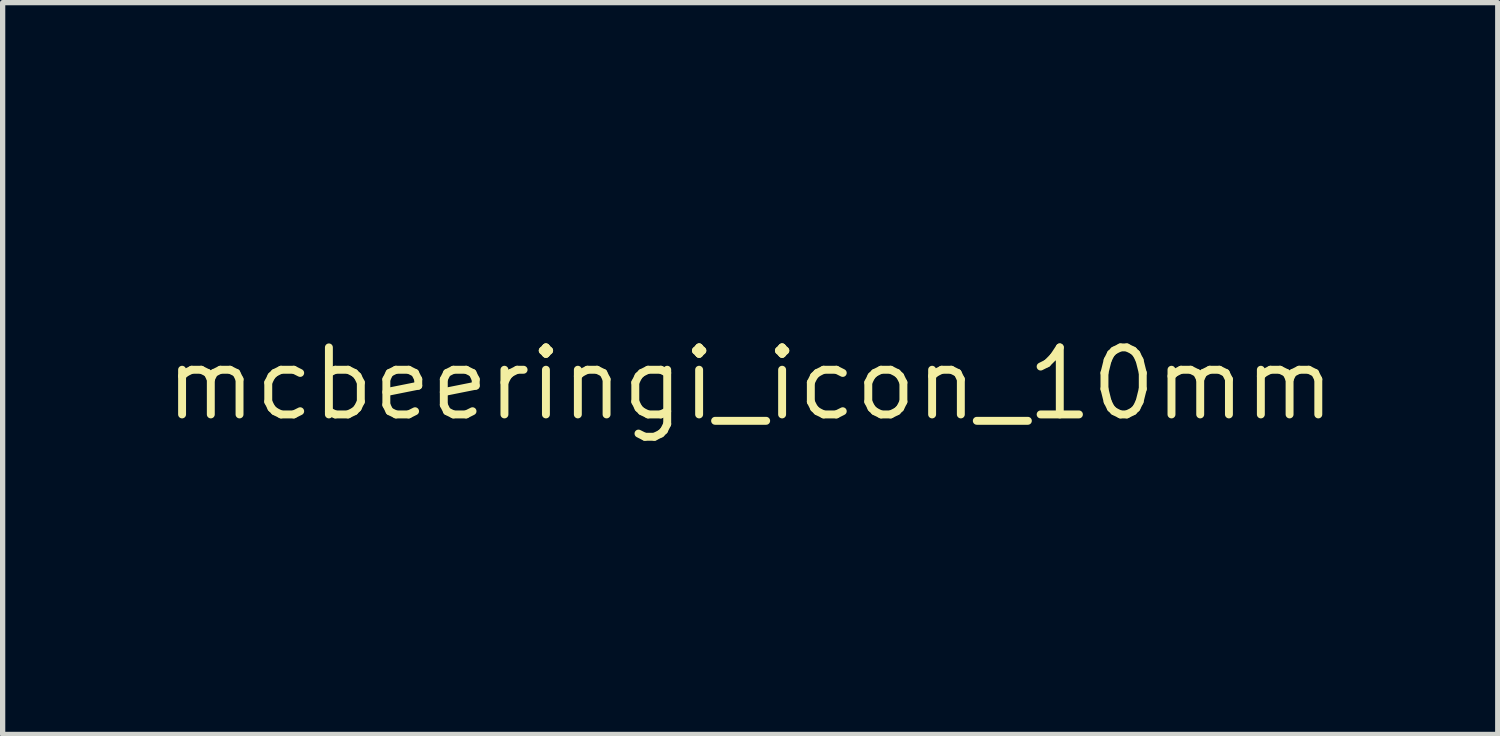
<source format=kicad_pcb>
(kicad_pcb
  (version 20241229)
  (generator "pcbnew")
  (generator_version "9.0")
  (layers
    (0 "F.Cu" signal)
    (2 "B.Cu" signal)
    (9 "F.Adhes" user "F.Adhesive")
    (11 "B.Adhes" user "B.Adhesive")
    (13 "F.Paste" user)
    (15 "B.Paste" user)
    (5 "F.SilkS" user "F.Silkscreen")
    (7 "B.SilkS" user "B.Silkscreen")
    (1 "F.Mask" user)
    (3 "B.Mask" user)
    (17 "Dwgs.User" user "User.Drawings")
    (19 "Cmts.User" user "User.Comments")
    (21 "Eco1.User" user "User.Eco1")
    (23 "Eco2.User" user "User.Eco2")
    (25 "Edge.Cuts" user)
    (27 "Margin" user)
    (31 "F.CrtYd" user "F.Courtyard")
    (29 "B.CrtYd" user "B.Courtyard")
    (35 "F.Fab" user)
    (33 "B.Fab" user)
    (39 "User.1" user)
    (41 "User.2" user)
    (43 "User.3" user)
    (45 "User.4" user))
  (footprint "mcbeeringi_icon_10mm"
    (layer "F.Cu")
    (at 11.165 4.223)
    (property "Reference" "mcbeeringi_icon_10mm" (at 0 0 0) (layer "F.SilkS") (effects (font (size 1.27 1.27) (thickness 0.15))))
    (attr board_only exclude_from_pos_files exclude_from_bom)
    (fp_poly (pts (xy 1.291 1.026) (xy 1.307 1.039) (xy 1.323 1.063) (xy 1.327 1.092) (xy 1.318 1.13) (xy 1.304 1.165) (xy 1.281 1.234) (xy 1.268 1.317) (xy 1.264 1.414) (xy 1.27 1.522) (xy 1.285 1.639) (xy 1.3 1.716) (xy 1.313 1.78) (xy 1.322 1.828) (xy 1.326 1.863) (xy 1.326 1.888) (xy 1.322 1.906) (xy 1.314 1.92) (xy 1.306 1.929) (xy 1.273 1.95) (xy 1.238 1.952) (xy 1.204 1.936) (xy 1.198 1.932) (xy 1.183 1.913) (xy 1.171 1.884) (xy 1.158 1.841) (xy 1.154 1.822) (xy 1.129 1.698) (xy 1.113 1.578) (xy 1.104 1.465) (xy 1.103 1.36) (xy 1.109 1.265) (xy 1.124 1.183) (xy 1.146 1.114) (xy 1.175 1.06) (xy 1.189 1.043) (xy 1.221 1.021) (xy 1.257 1.015)) (stroke (width 0) (type solid)) (fill yes) (layer "F.Mask"))
    (fp_poly (pts (xy 2.668 -1.398) (xy 2.675 -1.376) (xy 2.678 -1.345) (xy 2.677 -1.312) (xy 2.671 -1.282) (xy 2.663 -1.265) (xy 2.628 -1.227) (xy 2.574 -1.193) (xy 2.504 -1.163) (xy 2.418 -1.138) (xy 2.318 -1.118) (xy 2.317 -1.118) (xy 2.282 -1.113) (xy 2.237 -1.109) (xy 2.185 -1.105) (xy 2.131 -1.102) (xy 2.075 -1.1) (xy 2.022 -1.098) (xy 1.973 -1.097) (xy 1.933 -1.097) (xy 1.905 -1.098) (xy 1.89 -1.1) (xy 1.89 -1.103) (xy 1.908 -1.11) (xy 1.941 -1.124) (xy 1.986 -1.142) (xy 2.041 -1.164) (xy 2.104 -1.19) (xy 2.173 -1.217) (xy 2.244 -1.246) (xy 2.317 -1.274) (xy 2.388 -1.302) (xy 2.456 -1.329) (xy 2.517 -1.353) (xy 2.57 -1.374) (xy 2.613 -1.39) (xy 2.642 -1.402) (xy 2.656 -1.407) (xy 2.657 -1.407)) (stroke (width 0) (type solid)) (fill yes) (layer "F.Mask"))
    (fp_poly (pts (xy 2.209 -1.546) (xy 2.227 -1.516) (xy 2.235 -1.478) (xy 2.236 -1.446) (xy 2.231 -1.425) (xy 2.215 -1.402) (xy 2.208 -1.393) (xy 2.165 -1.356) (xy 2.104 -1.322) (xy 2.027 -1.29) (xy 1.936 -1.262) (xy 1.833 -1.238) (xy 1.719 -1.218) (xy 1.595 -1.203) (xy 1.465 -1.193) (xy 1.349 -1.188) (xy 1.292 -1.187) (xy 1.238 -1.187) (xy 1.191 -1.187) (xy 1.157 -1.188) (xy 1.148 -1.189) (xy 1.088 -1.193) (xy 1.027 -1.2) (xy 0.967 -1.208) (xy 0.912 -1.216) (xy 0.863 -1.225) (xy 0.824 -1.234) (xy 0.797 -1.242) (xy 0.785 -1.249) (xy 0.787 -1.252) (xy 0.798 -1.255) (xy 0.826 -1.262) (xy 0.87 -1.273) (xy 0.929 -1.286) (xy 1.001 -1.303) (xy 1.085 -1.321) (xy 1.178 -1.342) (xy 1.28 -1.365) (xy 1.389 -1.389) (xy 1.493 -1.412) (xy 2.189 -1.567)) (stroke (width 0) (type solid)) (fill yes) (layer "F.Mask"))
    (fp_poly (pts (xy 3.136 -0.616) (xy 3.153 -0.601) (xy 3.176 -0.577) (xy 3.189 -0.561) (xy 3.264 -0.464) (xy 3.334 -0.355) (xy 3.399 -0.239) (xy 3.455 -0.118) (xy 3.502 0.003) (xy 3.537 0.12) (xy 3.56 0.231) (xy 3.564 0.265) (xy 3.569 0.36) (xy 3.563 0.44) (xy 3.546 0.507) (xy 3.516 0.562) (xy 3.485 0.597) (xy 3.461 0.617) (xy 3.446 0.624) (xy 3.437 0.62) (xy 3.435 0.618) (xy 3.432 0.606) (xy 3.424 0.578) (xy 3.412 0.535) (xy 3.398 0.478) (xy 3.381 0.411) (xy 3.361 0.334) (xy 3.34 0.25) (xy 3.318 0.161) (xy 3.295 0.068) (xy 3.272 -0.026) (xy 3.248 -0.119) (xy 3.226 -0.21) (xy 3.205 -0.297) (xy 3.185 -0.377) (xy 3.168 -0.449) (xy 3.153 -0.511) (xy 3.141 -0.56) (xy 3.133 -0.596) (xy 3.129 -0.615) (xy 3.129 -0.618)) (stroke (width 0) (type solid)) (fill yes) (layer "F.Mask"))
    (fp_poly (pts (xy -0.581 1.028) (xy -0.567 1.042) (xy -0.554 1.062) (xy -0.549 1.085) (xy -0.551 1.113) (xy -0.561 1.152) (xy -0.571 1.184) (xy -0.594 1.276) (xy -0.607 1.38) (xy -0.609 1.492) (xy -0.601 1.606) (xy -0.582 1.719) (xy -0.572 1.762) (xy -0.558 1.818) (xy -0.55 1.86) (xy -0.548 1.889) (xy -0.553 1.91) (xy -0.563 1.925) (xy -0.573 1.934) (xy -0.604 1.949) (xy -0.637 1.953) (xy -0.666 1.945) (xy -0.676 1.937) (xy -0.69 1.918) (xy -0.702 1.896) (xy -0.713 1.866) (xy -0.725 1.823) (xy -0.731 1.802) (xy -0.75 1.72) (xy -0.763 1.643) (xy -0.77 1.564) (xy -0.773 1.474) (xy -0.773 1.46) (xy -0.77 1.37) (xy -0.761 1.285) (xy -0.747 1.206) (xy -0.729 1.138) (xy -0.708 1.083) (xy -0.683 1.044) (xy -0.678 1.039) (xy -0.647 1.019) (xy -0.613 1.016)) (stroke (width 0) (type solid)) (fill yes) (layer "F.Mask"))
    (fp_poly (pts (xy -1.859 -1.792) (xy -1.842 -1.789) (xy -1.802 -1.777) (xy -1.766 -1.76) (xy -1.737 -1.741) (xy -1.722 -1.724) (xy -1.722 -1.723) (xy -1.727 -1.711) (xy -1.744 -1.692) (xy -1.765 -1.674) (xy -1.782 -1.66) (xy -1.811 -1.636) (xy -1.853 -1.601) (xy -1.905 -1.558) (xy -1.966 -1.508) (xy -2.033 -1.452) (xy -2.107 -1.391) (xy -2.184 -1.326) (xy -2.223 -1.294) (xy -2.3 -1.23) (xy -2.373 -1.169) (xy -2.44 -1.113) (xy -2.5 -1.063) (xy -2.552 -1.02) (xy -2.594 -0.986) (xy -2.624 -0.961) (xy -2.641 -0.947) (xy -2.645 -0.944) (xy -2.654 -0.945) (xy -2.657 -0.962) (xy -2.657 -0.964) (xy -2.655 -0.996) (xy -2.648 -1.03) (xy -2.635 -1.069) (xy -2.615 -1.116) (xy -2.586 -1.177) (xy -2.579 -1.192) (xy -2.536 -1.271) (xy -2.489 -1.345) (xy -2.433 -1.421) (xy -2.397 -1.465) (xy -2.304 -1.569) (xy -2.212 -1.652) (xy -2.12 -1.717) (xy -2.027 -1.763) (xy -1.961 -1.784) (xy -1.92 -1.793) (xy -1.889 -1.795)) (stroke (width 0) (type solid)) (fill yes) (layer "F.Mask"))
    (fp_poly (pts (xy 1.231 0.601) (xy 1.375 0.61) (xy 1.514 0.63) (xy 1.647 0.659) (xy 1.77 0.697) (xy 1.882 0.744) (xy 1.981 0.798) (xy 2.063 0.858) (xy 2.071 0.865) (xy 2.095 0.89) (xy 2.107 0.911) (xy 2.11 0.935) (xy 2.11 0.937) (xy 2.102 0.975) (xy 2.079 1.002) (xy 2.043 1.015) (xy 2.031 1.016) (xy 2.007 1.012) (xy 1.981 1) (xy 1.95 0.976) (xy 1.944 0.971) (xy 1.888 0.929) (xy 1.823 0.893) (xy 1.744 0.859) (xy 1.705 0.845) (xy 1.612 0.818) (xy 1.507 0.795) (xy 1.398 0.778) (xy 1.288 0.767) (xy 1.185 0.763) (xy 1.094 0.766) (xy 1.092 0.766) (xy 1.053 0.771) (xy 1.03 0.775) (xy 1.019 0.782) (xy 1.016 0.791) (xy 1.01 0.81) (xy 0.996 0.833) (xy 0.996 0.834) (xy 0.968 0.855) (xy 0.935 0.861) (xy 0.901 0.852) (xy 0.882 0.838) (xy 0.852 0.794) (xy 0.841 0.752) (xy 0.848 0.708) (xy 0.855 0.693) (xy 0.883 0.66) (xy 0.929 0.635) (xy 0.993 0.616) (xy 1.074 0.605) (xy 1.174 0.6)) (stroke (width 0) (type solid)) (fill yes) (layer "F.Mask"))
    (fp_poly (pts (xy -0.449 0.548) (xy -0.434 0.553) (xy -0.423 0.56) (xy -0.415 0.567) (xy -0.395 0.595) (xy -0.391 0.625) (xy -0.397 0.66) (xy -0.416 0.684) (xy -0.449 0.7) (xy -0.498 0.708) (xy -0.545 0.712) (xy -0.597 0.717) (xy -0.625 0.719) (xy -0.715 0.732) (xy -0.815 0.755) (xy -0.92 0.787) (xy -1.025 0.826) (xy -1.124 0.869) (xy -1.136 0.875) (xy -1.203 0.912) (xy -1.268 0.952) (xy -1.328 0.994) (xy -1.382 1.037) (xy -1.428 1.078) (xy -1.465 1.117) (xy -1.49 1.151) (xy -1.502 1.18) (xy -1.499 1.201) (xy -1.496 1.204) (xy -1.486 1.226) (xy -1.485 1.257) (xy -1.494 1.288) (xy -1.508 1.307) (xy -1.541 1.327) (xy -1.576 1.328) (xy -1.612 1.312) (xy -1.63 1.295) (xy -1.658 1.249) (xy -1.668 1.199) (xy -1.662 1.144) (xy -1.639 1.087) (xy -1.6 1.027) (xy -1.547 0.966) (xy -1.48 0.904) (xy -1.399 0.844) (xy -1.306 0.785) (xy -1.201 0.729) (xy -1.18 0.718) (xy -1.017 0.649) (xy -0.858 0.598) (xy -0.701 0.565) (xy -0.554 0.55) (xy -0.505 0.548) (xy -0.471 0.547)) (stroke (width 0) (type solid)) (fill yes) (layer "F.Mask"))
    (fp_poly (pts (xy 0.643 -0.544) (xy 0.682 -0.528) (xy 0.698 -0.517) (xy 0.737 -0.495) (xy 0.792 -0.471) (xy 0.863 -0.448) (xy 0.946 -0.425) (xy 1.039 -0.403) (xy 1.141 -0.382) (xy 1.247 -0.365) (xy 1.314 -0.355) (xy 1.365 -0.349) (xy 1.422 -0.345) (xy 1.487 -0.341) (xy 1.564 -0.339) (xy 1.655 -0.338) (xy 1.729 -0.338) (xy 1.831 -0.338) (xy 1.917 -0.339) (xy 1.99 -0.341) (xy 2.053 -0.345) (xy 2.109 -0.351) (xy 2.161 -0.359) (xy 2.213 -0.368) (xy 2.252 -0.377) (xy 2.307 -0.388) (xy 2.347 -0.391) (xy 2.376 -0.385) (xy 2.397 -0.371) (xy 2.403 -0.365) (xy 2.42 -0.33) (xy 2.42 -0.294) (xy 2.402 -0.262) (xy 2.4 -0.26) (xy 2.378 -0.245) (xy 2.341 -0.231) (xy 2.288 -0.217) (xy 2.218 -0.203) (xy 2.135 -0.189) (xy 2.082 -0.183) (xy 2.014 -0.178) (xy 1.935 -0.175) (xy 1.847 -0.172) (xy 1.756 -0.17) (xy 1.665 -0.17) (xy 1.578 -0.171) (xy 1.499 -0.174) (xy 1.431 -0.177) (xy 1.397 -0.18) (xy 1.244 -0.2) (xy 1.103 -0.222) (xy 0.976 -0.247) (xy 0.863 -0.275) (xy 0.765 -0.306) (xy 0.683 -0.338) (xy 0.62 -0.372) (xy 0.579 -0.403) (xy 0.557 -0.43) (xy 0.548 -0.456) (xy 0.547 -0.469) (xy 0.555 -0.506) (xy 0.575 -0.532) (xy 0.606 -0.545)) (stroke (width 0) (type solid)) (fill yes) (layer "F.Mask"))
    (fp_poly (pts (xy -0.576 2.127) (xy -0.567 2.136) (xy -0.555 2.155) (xy -0.549 2.176) (xy -0.552 2.2) (xy -0.562 2.232) (xy -0.582 2.276) (xy -0.596 2.302) (xy -0.631 2.376) (xy -0.657 2.438) (xy -0.675 2.493) (xy -0.685 2.545) (xy -0.69 2.594) (xy -0.69 2.653) (xy -0.682 2.696) (xy -0.663 2.729) (xy -0.632 2.753) (xy -0.621 2.759) (xy -0.596 2.77) (xy -0.578 2.772) (xy -0.561 2.765) (xy -0.558 2.763) (xy -0.545 2.755) (xy -0.538 2.746) (xy -0.536 2.73) (xy -0.538 2.704) (xy -0.544 2.667) (xy -0.541 2.63) (xy -0.524 2.601) (xy -0.496 2.583) (xy -0.462 2.579) (xy -0.429 2.589) (xy -0.405 2.612) (xy -0.387 2.648) (xy -0.374 2.693) (xy -0.37 2.741) (xy -0.375 2.787) (xy -0.381 2.809) (xy -0.406 2.852) (xy -0.446 2.89) (xy -0.484 2.912) (xy -0.528 2.925) (xy -0.582 2.93) (xy -0.638 2.925) (xy -0.681 2.915) (xy -0.722 2.893) (xy -0.763 2.86) (xy -0.8 2.82) (xy -0.824 2.781) (xy -0.848 2.709) (xy -0.857 2.626) (xy -0.85 2.535) (xy -0.829 2.438) (xy -0.821 2.412) (xy -0.805 2.369) (xy -0.784 2.32) (xy -0.76 2.269) (xy -0.735 2.221) (xy -0.711 2.179) (xy -0.691 2.147) (xy -0.676 2.129) (xy -0.676 2.129) (xy -0.642 2.112) (xy -0.607 2.112)) (stroke (width 0) (type solid)) (fill yes) (layer "F.Mask"))
    (fp_poly (pts (xy 2.213 -0.072) (xy 2.251 -0.056) (xy 2.3 -0.03) (xy 2.356 0.003) (xy 2.417 0.042) (xy 2.481 0.085) (xy 2.545 0.13) (xy 2.607 0.176) (xy 2.664 0.221) (xy 2.713 0.263) (xy 2.746 0.294) (xy 2.79 0.341) (xy 2.826 0.385) (xy 2.855 0.43) (xy 2.88 0.48) (xy 2.903 0.538) (xy 2.924 0.609) (xy 2.946 0.693) (xy 2.972 0.788) (xy 2.999 0.872) (xy 3.031 0.947) (xy 3.069 1.017) (xy 3.114 1.087) (xy 3.17 1.16) (xy 3.239 1.239) (xy 3.271 1.275) (xy 3.309 1.317) (xy 3.335 1.348) (xy 3.351 1.371) (xy 3.359 1.389) (xy 3.361 1.403) (xy 3.352 1.441) (xy 3.33 1.469) (xy 3.298 1.484) (xy 3.284 1.485) (xy 3.266 1.483) (xy 3.25 1.478) (xy 3.231 1.465) (xy 3.207 1.442) (xy 3.174 1.409) (xy 3.071 1.297) (xy 2.983 1.185) (xy 2.912 1.078) (xy 2.9 1.055) (xy 2.869 0.993) (xy 2.841 0.922) (xy 2.815 0.837) (xy 2.789 0.738) (xy 2.772 0.67) (xy 2.758 0.618) (xy 2.746 0.578) (xy 2.732 0.545) (xy 2.718 0.518) (xy 2.699 0.49) (xy 2.686 0.472) (xy 2.643 0.423) (xy 2.584 0.368) (xy 2.51 0.308) (xy 2.424 0.245) (xy 2.328 0.18) (xy 2.223 0.116) (xy 2.21 0.108) (xy 2.175 0.086) (xy 2.146 0.065) (xy 2.127 0.049) (xy 2.124 0.045) (xy 2.111 0.011) (xy 2.113 -0.023) (xy 2.13 -0.052) (xy 2.157 -0.072) (xy 2.188 -0.078)) (stroke (width 0) (type solid)) (fill yes) (layer "F.Mask"))
    (fp_poly (pts (xy 2.71 2.288) (xy 2.735 2.294) (xy 2.773 2.313) (xy 2.814 2.345) (xy 2.853 2.387) (xy 2.887 2.433) (xy 2.901 2.458) (xy 2.921 2.514) (xy 2.93 2.579) (xy 2.928 2.645) (xy 2.917 2.695) (xy 2.883 2.769) (xy 2.831 2.845) (xy 2.761 2.922) (xy 2.676 3.001) (xy 2.575 3.079) (xy 2.459 3.156) (xy 2.33 3.233) (xy 2.189 3.307) (xy 2.036 3.379) (xy 1.873 3.448) (xy 1.7 3.513) (xy 1.634 3.536) (xy 1.569 3.557) (xy 1.502 3.578) (xy 1.438 3.597) (xy 1.383 3.612) (xy 1.353 3.619) (xy 1.296 3.631) (xy 1.242 3.639) (xy 1.195 3.643) (xy 1.158 3.644) (xy 1.135 3.64) (xy 1.13 3.637) (xy 1.13 3.626) (xy 1.14 3.606) (xy 1.156 3.584) (xy 1.172 3.568) (xy 1.192 3.555) (xy 1.227 3.533) (xy 1.274 3.507) (xy 1.33 3.475) (xy 1.394 3.441) (xy 1.461 3.405) (xy 1.495 3.388) (xy 1.664 3.297) (xy 1.816 3.209) (xy 1.95 3.125) (xy 2.067 3.043) (xy 2.091 3.025) (xy 2.139 2.985) (xy 2.19 2.939) (xy 2.24 2.89) (xy 2.285 2.841) (xy 2.322 2.796) (xy 2.349 2.758) (xy 2.356 2.745) (xy 2.381 2.685) (xy 2.391 2.634) (xy 2.387 2.588) (xy 2.368 2.544) (xy 2.348 2.514) (xy 2.321 2.47) (xy 2.313 2.43) (xy 2.324 2.394) (xy 2.354 2.36) (xy 2.39 2.334) (xy 2.442 2.31) (xy 2.506 2.293) (xy 2.576 2.283) (xy 2.646 2.281)) (stroke (width 0) (type solid)) (fill yes) (layer "F.Mask"))
    (fp_poly (pts (xy 0.501 -1.008) (xy 0.529 -0.986) (xy 0.545 -0.955) (xy 0.547 -0.94) (xy 0.544 -0.92) (xy 0.533 -0.896) (xy 0.514 -0.867) (xy 0.484 -0.83) (xy 0.442 -0.783) (xy 0.406 -0.745) (xy 0.292 -0.633) (xy 0.165 -0.526) (xy 0.03 -0.426) (xy -0.111 -0.335) (xy -0.254 -0.255) (xy -0.395 -0.189) (xy -0.52 -0.143) (xy -0.63 -0.112) (xy -0.727 -0.095) (xy -0.811 -0.092) (xy -0.883 -0.102) (xy -0.941 -0.127) (xy -0.985 -0.164) (xy -1.016 -0.215) (xy -1.026 -0.243) (xy -1.031 -0.276) (xy -1.031 -0.307) (xy -1.03 -0.313) (xy -1.028 -0.333) (xy -1.032 -0.342) (xy -1.032 -0.342) (xy -1.052 -0.339) (xy -1.087 -0.33) (xy -1.132 -0.317) (xy -1.183 -0.302) (xy -1.236 -0.284) (xy -1.288 -0.266) (xy -1.334 -0.249) (xy -1.336 -0.249) (xy -1.495 -0.179) (xy -1.648 -0.098) (xy -1.793 -0.007) (xy -1.929 0.093) (xy -2.054 0.199) (xy -2.168 0.312) (xy -2.268 0.43) (xy -2.354 0.551) (xy -2.424 0.675) (xy -2.478 0.8) (xy -2.514 0.924) (xy -2.516 0.936) (xy -2.529 1.039) (xy -2.524 1.135) (xy -2.501 1.227) (xy -2.461 1.316) (xy -2.443 1.353) (xy -2.429 1.386) (xy -2.423 1.411) (xy -2.423 1.414) (xy -2.432 1.447) (xy -2.455 1.471) (xy -2.489 1.484) (xy -2.503 1.485) (xy -2.529 1.482) (xy -2.549 1.469) (xy -2.569 1.448) (xy -2.618 1.375) (xy -2.655 1.288) (xy -2.68 1.192) (xy -2.691 1.09) (xy -2.688 0.984) (xy -2.671 0.877) (xy -2.664 0.849) (xy -2.617 0.705) (xy -2.551 0.564) (xy -2.466 0.425) (xy -2.363 0.288) (xy -2.24 0.154) (xy -2.211 0.125) (xy -2.092 0.015) (xy -1.973 -0.082) (xy -1.849 -0.169) (xy -1.734 -0.239) (xy -1.614 -0.305) (xy -1.496 -0.361) (xy -1.375 -0.41) (xy -1.246 -0.452) (xy -1.107 -0.491) (xy -0.971 -0.523) (xy -0.954 -0.533) (xy -0.933 -0.555) (xy -0.923 -0.569) (xy -0.901 -0.601) (xy -0.873 -0.637) (xy -0.857 -0.657) (xy -0.833 -0.684) (xy -0.814 -0.698) (xy -0.795 -0.703) (xy -0.785 -0.703) (xy -0.751 -0.695) (xy -0.723 -0.675) (xy -0.706 -0.647) (xy -0.703 -0.63) (xy -0.708 -0.603) (xy -0.718 -0.576) (xy -0.733 -0.547) (xy -0.661 -0.547) (xy -0.623 -0.546) (xy -0.598 -0.543) (xy -0.581 -0.536) (xy -0.568 -0.524) (xy -0.551 -0.493) (xy -0.548 -0.457) (xy -0.559 -0.424) (xy -0.569 -0.412) (xy -0.582 -0.403) (xy -0.599 -0.396) (xy -0.623 -0.391) (xy -0.66 -0.388) (xy -0.704 -0.385) (xy -0.762 -0.381) (xy -0.803 -0.377) (xy -0.831 -0.371) (xy -0.849 -0.362) (xy -0.859 -0.35) (xy -0.864 -0.333) (xy -0.865 -0.328) (xy -0.868 -0.294) (xy -0.86 -0.273) (xy -0.839 -0.261) (xy -0.824 -0.258) (xy -0.778 -0.256) (xy -0.719 -0.262) (xy -0.65 -0.277) (xy -0.573 -0.298) (xy -0.493 -0.326) (xy -0.414 -0.359) (xy -0.376 -0.376) (xy -0.207 -0.467) (xy -0.049 -0.57) (xy 0.101 -0.687) (xy 0.247 -0.82) (xy 0.314 -0.888) (xy 0.358 -0.934) (xy 0.391 -0.968) (xy 0.416 -0.991) (xy 0.434 -1.005) (xy 0.449 -1.013) (xy 0.462 -1.016) (xy 0.467 -1.016)) (stroke (width 0) (type solid)) (fill yes) (layer "F.Mask"))
    (fp_poly (pts (xy 0.822 -4.217) (xy 0.825 -4.216) (xy 0.885 -4.194) (xy 0.933 -4.158) (xy 0.972 -4.106) (xy 0.982 -4.088) (xy 0.996 -4.057) (xy 1.005 -4.03) (xy 1.009 -4.001) (xy 1.011 -3.962) (xy 1.011 -3.942) (xy 1.001 -3.843) (xy 0.971 -3.743) (xy 0.923 -3.642) (xy 0.856 -3.541) (xy 0.77 -3.44) (xy 0.666 -3.339) (xy 0.596 -3.279) (xy 0.555 -3.246) (xy 0.525 -3.224) (xy 0.502 -3.212) (xy 0.483 -3.206) (xy 0.469 -3.204) (xy 0.431 -3.212) (xy 0.405 -3.235) (xy 0.393 -3.269) (xy 0.393 -3.288) (xy 0.396 -3.307) (xy 0.403 -3.323) (xy 0.418 -3.341) (xy 0.444 -3.364) (xy 0.469 -3.384) (xy 0.57 -3.471) (xy 0.657 -3.559) (xy 0.729 -3.647) (xy 0.785 -3.732) (xy 0.824 -3.815) (xy 0.846 -3.894) (xy 0.85 -3.945) (xy 0.845 -3.999) (xy 0.829 -4.036) (xy 0.803 -4.058) (xy 0.766 -4.063) (xy 0.718 -4.052) (xy 0.678 -4.036) (xy 0.614 -3.997) (xy 0.547 -3.94) (xy 0.479 -3.868) (xy 0.41 -3.781) (xy 0.342 -3.682) (xy 0.276 -3.571) (xy 0.213 -3.451) (xy 0.154 -3.322) (xy 0.126 -3.256) (xy 0.115 -3.228) (xy 0.101 -3.19) (xy 0.084 -3.146) (xy 0.067 -3.098) (xy 0.049 -3.05) (xy 0.034 -3.007) (xy 0.021 -2.971) (xy 0.013 -2.947) (xy 0.01 -2.937) (xy 0.019 -2.937) (xy 0.046 -2.937) (xy 0.086 -2.936) (xy 0.139 -2.936) (xy 0.202 -2.936) (xy 0.271 -2.935) (xy 0.276 -2.935) (xy 0.393 -2.934) (xy 0.493 -2.931) (xy 0.579 -2.926) (xy 0.654 -2.918) (xy 0.72 -2.908) (xy 0.781 -2.894) (xy 0.793 -2.891) (xy 0.831 -2.873) (xy 0.853 -2.845) (xy 0.859 -2.811) (xy 0.848 -2.774) (xy 0.838 -2.76) (xy 0.83 -2.75) (xy 0.821 -2.743) (xy 0.808 -2.739) (xy 0.789 -2.737) (xy 0.761 -2.738) (xy 0.723 -2.742) (xy 0.67 -2.749) (xy 0.602 -2.758) (xy 0.586 -2.761) (xy 0.527 -2.767) (xy 0.458 -2.772) (xy 0.377 -2.775) (xy 0.281 -2.776) (xy 0.249 -2.775) (xy 0.163 -2.775) (xy 0.095 -2.773) (xy 0.043 -2.771) (xy 0.005 -2.768) (xy -0.022 -2.763) (xy -0.038 -2.756) (xy -0.045 -2.748) (xy -0.047 -2.745) (xy -0.045 -2.739) (xy -0.036 -2.735) (xy -0.016 -2.733) (xy 0.018 -2.733) (xy 0.069 -2.734) (xy 0.069 -2.734) (xy 0.119 -2.735) (xy 0.154 -2.735) (xy 0.177 -2.733) (xy 0.192 -2.729) (xy 0.204 -2.721) (xy 0.211 -2.715) (xy 0.227 -2.695) (xy 0.234 -2.678) (xy 0.234 -2.678) (xy 0.236 -2.672) (xy 0.244 -2.668) (xy 0.259 -2.666) (xy 0.285 -2.664) (xy 0.323 -2.663) (xy 0.377 -2.663) (xy 0.432 -2.664) (xy 0.5 -2.664) (xy 0.567 -2.663) (xy 0.629 -2.661) (xy 0.682 -2.659) (xy 0.718 -2.656) (xy 0.948 -2.625) (xy 1.17 -2.581) (xy 1.383 -2.525) (xy 1.586 -2.457) (xy 1.777 -2.377) (xy 1.955 -2.285) (xy 2.12 -2.184) (xy 2.269 -2.072) (xy 2.359 -1.992) (xy 2.396 -1.96) (xy 2.434 -1.93) (xy 2.467 -1.906) (xy 2.477 -1.9) (xy 2.505 -1.884) (xy 2.543 -1.859) (xy 2.587 -1.831) (xy 2.626 -1.806) (xy 2.726 -1.738) (xy 2.751 -1.768) (xy 2.775 -1.789) (xy 2.801 -1.797) (xy 2.813 -1.798) (xy 2.846 -1.793) (xy 2.869 -1.777) (xy 2.885 -1.749) (xy 2.895 -1.704) (xy 2.898 -1.675) (xy 2.904 -1.597) (xy 3.004 -1.502) (xy 3.168 -1.334) (xy 3.317 -1.152) (xy 3.45 -0.96) (xy 3.568 -0.758) (xy 3.67 -0.548) (xy 3.755 -0.33) (xy 3.823 -0.106) (xy 3.873 0.123) (xy 3.904 0.355) (xy 3.917 0.59) (xy 3.917 0.625) (xy 3.912 0.811) (xy 3.896 0.982) (xy 3.869 1.139) (xy 3.831 1.285) (xy 3.781 1.42) (xy 3.762 1.461) (xy 3.706 1.566) (xy 3.644 1.654) (xy 3.576 1.725) (xy 3.5 1.78) (xy 3.463 1.8) (xy 3.429 1.818) (xy 3.407 1.834) (xy 3.392 1.854) (xy 3.38 1.879) (xy 3.362 1.918) (xy 3.339 1.965) (xy 3.312 2.017) (xy 3.283 2.071) (xy 3.255 2.123) (xy 3.228 2.169) (xy 3.205 2.208) (xy 3.187 2.234) (xy 3.179 2.244) (xy 3.146 2.263) (xy 3.11 2.265) (xy 3.078 2.252) (xy 3.069 2.244) (xy 3.053 2.218) (xy 3.05 2.187) (xy 3.06 2.147) (xy 3.082 2.1) (xy 3.109 2.05) (xy 3.136 1.999) (xy 3.161 1.951) (xy 3.182 1.908) (xy 3.199 1.874) (xy 3.209 1.851) (xy 3.212 1.842) (xy 3.202 1.838) (xy 3.179 1.829) (xy 3.148 1.817) (xy 3.099 1.794) (xy 3.065 1.765) (xy 3.049 1.734) (xy 3.049 1.701) (xy 3.068 1.669) (xy 3.072 1.665) (xy 3.105 1.645) (xy 3.146 1.643) (xy 3.189 1.655) (xy 3.223 1.666) (xy 3.258 1.672) (xy 3.259 1.672) (xy 3.297 1.675) (xy 3.352 1.544) (xy 3.361 1.519) (xy 3.536 1.519) (xy 3.541 1.524) (xy 3.546 1.519) (xy 3.541 1.514) (xy 3.536 1.519) (xy 3.361 1.519) (xy 3.366 1.505) (xy 3.546 1.505) (xy 3.551 1.503) (xy 3.562 1.488) (xy 3.579 1.462) (xy 3.584 1.453) (xy 3.631 1.356) (xy 3.672 1.243) (xy 3.706 1.116) (xy 3.732 0.979) (xy 3.748 0.835) (xy 3.75 0.814) (xy 3.752 0.771) (xy 3.752 0.74) (xy 3.751 0.725) (xy 3.747 0.726) (xy 3.743 0.744) (xy 3.738 0.781) (xy 3.738 0.784) (xy 3.726 0.87) (xy 3.706 0.969) (xy 3.68 1.079) (xy 3.648 1.195) (xy 3.611 1.314) (xy 3.571 1.432) (xy 3.549 1.492) (xy 3.546 1.505) (xy 3.366 1.505) (xy 3.435 1.326) (xy 3.501 1.118) (xy 3.549 0.917) (xy 3.58 0.724) (xy 3.582 0.703) (xy 3.751 0.703) (xy 3.755 0.711) (xy 3.758 0.71) (xy 3.759 0.698) (xy 3.758 0.697) (xy 3.752 0.698) (xy 3.751 0.703) (xy 3.582 0.703) (xy 3.585 0.65) (xy 3.754 0.65) (xy 3.755 0.67) (xy 3.757 0.675) (xy 3.758 0.672) (xy 3.76 0.648) (xy 3.758 0.633) (xy 3.756 0.627) (xy 3.754 0.639) (xy 3.754 0.65) (xy 3.585 0.65) (xy 3.594 0.539) (xy 3.59 0.36) (xy 3.569 0.189) (xy 3.531 0.023) (xy 3.482 -0.121) (xy 3.457 -0.18) (xy 3.44 -0.22) (xy 3.615 -0.22) (xy 3.619 -0.215) (xy 3.624 -0.22) (xy 3.619 -0.225) (xy 3.615 -0.22) (xy 3.44 -0.22) (xy 3.433 -0.235) (xy 3.429 -0.244) (xy 3.605 -0.244) (xy 3.608 -0.236) (xy 3.611 -0.238) (xy 3.613 -0.249) (xy 3.611 -0.251) (xy 3.606 -0.249) (xy 3.605 -0.244) (xy 3.429 -0.244) (xy 3.407 -0.289) (xy 3.378 -0.345) (xy 3.344 -0.405) (xy 3.305 -0.471) (xy 3.259 -0.546) (xy 3.204 -0.631) (xy 3.14 -0.729) (xy 3.128 -0.747) (xy 3.053 -0.863) (xy 2.989 -0.965) (xy 2.935 -1.056) (xy 2.889 -1.138) (xy 2.852 -1.212) (xy 2.829 -1.265) (xy 3.008 -1.265) (xy 3.037 -1.206) (xy 3.052 -1.178) (xy 3.073 -1.142) (xy 3.1 -1.095) (xy 3.135 -1.038) (xy 3.179 -0.969) (xy 3.232 -0.887) (xy 3.294 -0.791) (xy 3.328 -0.738) (xy 3.39 -0.641) (xy 3.446 -0.551) (xy 3.494 -0.47) (xy 3.533 -0.4) (xy 3.563 -0.342) (xy 3.576 -0.315) (xy 3.59 -0.283) (xy 3.599 -0.269) (xy 3.601 -0.272) (xy 3.597 -0.29) (xy 3.586 -0.323) (xy 3.58 -0.343) (xy 3.521 -0.489) (xy 3.448 -0.64) (xy 3.365 -0.789) (xy 3.274 -0.934) (xy 3.177 -1.069) (xy 3.077 -1.19) (xy 3.054 -1.216) (xy 3.008 -1.265) (xy 2.829 -1.265) (xy 2.821 -1.282) (xy 2.797 -1.348) (xy 2.777 -1.412) (xy 2.769 -1.441) (xy 2.752 -1.51) (xy 2.668 -1.576) (xy 2.584 -1.641) (xy 2.581 -1.585) (xy 2.574 -1.537) (xy 2.557 -1.505) (xy 2.529 -1.489) (xy 2.5 -1.485) (xy 2.464 -1.493) (xy 2.438 -1.518) (xy 2.421 -1.56) (xy 2.417 -1.581) (xy 2.401 -1.649) (xy 2.372 -1.714) (xy 2.345 -1.757) (xy 2.327 -1.782) (xy 2.308 -1.802) (xy 2.283 -1.82) (xy 2.248 -1.84) (xy 2.217 -1.856) (xy 2.122 -1.901) (xy 2.016 -1.947) (xy 1.904 -1.992) (xy 1.791 -2.033) (xy 1.683 -2.069) (xy 1.585 -2.098) (xy 1.574 -2.101) (xy 1.532 -2.118) (xy 1.502 -2.144) (xy 1.486 -2.175) (xy 1.486 -2.208) (xy 1.502 -2.239) (xy 1.509 -2.247) (xy 1.518 -2.253) (xy 1.644 -2.253) (xy 1.646 -2.248) (xy 1.651 -2.247) (xy 1.659 -2.25) (xy 1.658 -2.253) (xy 1.646 -2.255) (xy 1.644 -2.253) (xy 1.518 -2.253) (xy 1.526 -2.26) (xy 1.545 -2.265) (xy 1.573 -2.265) (xy 1.585 -2.264) (xy 1.636 -2.258) (xy 1.592 -2.278) (xy 1.551 -2.295) (xy 1.494 -2.315) (xy 1.428 -2.338) (xy 1.357 -2.36) (xy 1.285 -2.382) (xy 1.217 -2.401) (xy 1.206 -2.404) (xy 0.974 -2.455) (xy 0.741 -2.487) (xy 0.508 -2.5) (xy 0.459 -2.501) (xy 0.235 -2.493) (xy 0.02 -2.469) (xy -0.184 -2.428) (xy -0.38 -2.371) (xy -0.568 -2.297) (xy -0.749 -2.206) (xy -0.824 -2.163) (xy -0.878 -2.132) (xy -0.919 -2.115) (xy -0.942 -2.11) (xy -0.976 -2.118) (xy -1.001 -2.14) (xy -1.014 -2.17) (xy -1.014 -2.203) (xy -0.998 -2.236) (xy -0.994 -2.241) (xy -0.97 -2.262) (xy -0.932 -2.288) (xy -0.882 -2.319) (xy -0.824 -2.352) (xy -0.76 -2.386) (xy -0.695 -2.419) (xy -0.631 -2.45) (xy -0.571 -2.476) (xy -0.543 -2.487) (xy -0.515 -2.498) (xy -0.504 -2.506) (xy -0.509 -2.509) (xy -0.527 -2.508) (xy -0.558 -2.504) (xy -0.599 -2.497) (xy -0.649 -2.487) (xy -0.706 -2.475) (xy -0.768 -2.461) (xy -0.834 -2.446) (xy -0.902 -2.429) (xy -0.97 -2.411) (xy -1.036 -2.393) (xy -1.1 -2.375) (xy -1.159 -2.357) (xy -1.168 -2.354) (xy -1.379 -2.278) (xy -1.582 -2.19) (xy -1.757 -2.103) (xy -1.859 -2.048) (xy -1.811 -2.032) (xy -1.75 -2.007) (xy -1.701 -1.976) (xy -1.666 -1.941) (xy -1.646 -1.903) (xy -1.643 -1.866) (xy -1.657 -1.83) (xy -1.661 -1.823) (xy -1.689 -1.801) (xy -1.723 -1.797) (xy -1.76 -1.811) (xy -1.793 -1.836) (xy -1.823 -1.86) (xy -1.852 -1.874) (xy -1.888 -1.881) (xy -1.93 -1.882) (xy -1.984 -1.877) (xy -2.043 -1.868) (xy -2.1 -1.856) (xy -2.149 -1.841) (xy -2.153 -1.839) (xy -2.192 -1.819) (xy -2.24 -1.787) (xy -2.294 -1.746) (xy -2.349 -1.7) (xy -2.403 -1.65) (xy -2.451 -1.601) (xy -2.49 -1.554) (xy -2.494 -1.549) (xy -2.583 -1.42) (xy -2.653 -1.293) (xy -2.704 -1.167) (xy -2.738 -1.041) (xy -2.754 -0.913) (xy -2.754 -0.782) (xy -2.745 -0.697) (xy -2.739 -0.654) (xy -2.737 -0.625) (xy -2.738 -0.606) (xy -2.743 -0.592) (xy -2.748 -0.582) (xy -2.774 -0.559) (xy -2.807 -0.548) (xy -2.84 -0.552) (xy -2.869 -0.57) (xy -2.877 -0.579) (xy -2.894 -0.618) (xy -2.907 -0.672) (xy -2.915 -0.74) (xy -2.919 -0.819) (xy -2.918 -0.894) (xy -2.916 -0.945) (xy -2.913 -0.992) (xy -2.91 -1.029) (xy -2.907 -1.052) (xy -2.906 -1.055) (xy -2.903 -1.072) (xy -2.906 -1.071) (xy -2.916 -1.06) (xy -2.932 -1.038) (xy -2.954 -1.003) (xy -2.982 -0.957) (xy -3.013 -0.905) (xy -3.044 -0.849) (xy -3.076 -0.793) (xy -3.104 -0.741) (xy -3.127 -0.696) (xy -3.133 -0.684) (xy -3.236 -0.449) (xy -3.32 -0.209) (xy -3.386 0.036) (xy -3.432 0.287) (xy -3.444 0.376) (xy -3.452 0.463) (xy -3.457 0.562) (xy -3.46 0.668) (xy -3.459 0.776) (xy -3.456 0.88) (xy -3.45 0.975) (xy -3.443 1.044) (xy -3.418 1.198) (xy -3.383 1.341) (xy -3.34 1.472) (xy -3.289 1.591) (xy -3.23 1.696) (xy -3.164 1.787) (xy -3.092 1.863) (xy -3.015 1.923) (xy -2.933 1.967) (xy -2.846 1.993) (xy -2.755 2.001) (xy -2.727 2) (xy -2.679 1.994) (xy -2.628 1.984) (xy -2.589 1.974) (xy -2.552 1.964) (xy -2.518 1.956) (xy -2.498 1.954) (xy -2.466 1.963) (xy -2.44 1.986) (xy -2.425 2.018) (xy -2.423 2.035) (xy -2.43 2.067) (xy -2.453 2.094) (xy -2.493 2.116) (xy -2.511 2.122) (xy -2.625 2.154) (xy -2.737 2.166) (xy -2.846 2.159) (xy -2.951 2.134) (xy -3.051 2.091) (xy -3.146 2.031) (xy -3.234 1.954) (xy -3.315 1.86) (xy -3.388 1.75) (xy -3.428 1.675) (xy -3.49 1.535) (xy -3.54 1.39) (xy -3.577 1.236) (xy -3.603 1.072) (xy -3.618 0.897) (xy -3.623 0.708) (xy -3.621 0.626) (xy -3.605 0.372) (xy -3.57 0.123) (xy -3.517 -0.121) (xy -3.444 -0.361) (xy -3.353 -0.596) (xy -3.242 -0.827) (xy -3.112 -1.054) (xy -3.006 -1.216) (xy -2.989 -1.242) (xy -2.979 -1.257) (xy -2.978 -1.262) (xy -2.985 -1.256) (xy -3.002 -1.237) (xy -3.03 -1.206) (xy -3.07 -1.161) (xy -3.086 -1.142) (xy -3.225 -0.969) (xy -3.349 -0.784) (xy -3.459 -0.589) (xy -3.551 -0.386) (xy -3.61 -0.228) (xy -3.652 -0.092) (xy -3.683 0.038) (xy -3.706 0.166) (xy -3.721 0.301) (xy -3.728 0.447) (xy -3.729 0.464) (xy -3.73 0.608) (xy -3.724 0.738) (xy -3.711 0.861) (xy -3.691 0.982) (xy -3.687 1) (xy -3.678 1.051) (xy -3.674 1.088) (xy -3.677 1.115) (xy -3.686 1.137) (xy -3.693 1.147) (xy -3.721 1.168) (xy -3.755 1.173) (xy -3.788 1.162) (xy -3.804 1.149) (xy -3.82 1.124) (xy -3.835 1.082) (xy -3.849 1.025) (xy -3.862 0.956) (xy -3.874 0.878) (xy -3.883 0.792) (xy -3.89 0.703) (xy -3.895 0.611) (xy -3.896 0.519) (xy -3.895 0.435) (xy -3.878 0.213) (xy -3.841 -0.005) (xy -3.786 -0.22) (xy -3.712 -0.43) (xy -3.619 -0.636) (xy -3.508 -0.836) (xy -3.379 -1.031) (xy -3.232 -1.22) (xy -3.067 -1.402) (xy -3.045 -1.425) (xy -2.938 -1.528) (xy -2.826 -1.625) (xy -2.715 -1.714) (xy -2.605 -1.792) (xy -2.5 -1.858) (xy -2.42 -1.9) (xy -2.395 -1.915) (xy -2.364 -1.938) (xy -2.345 -1.955) (xy -2.175 -2.096) (xy -1.989 -2.231) (xy -1.788 -2.357) (xy -1.575 -2.475) (xy -1.485 -2.517) (xy -0.485 -2.517) (xy -0.484 -2.511) (xy -0.479 -2.511) (xy -0.471 -2.514) (xy -0.472 -2.517) (xy -0.484 -2.518) (xy -0.485 -2.517) (xy -1.485 -2.517) (xy -1.35 -2.581) (xy -1.177 -2.652) (xy -0.664 -2.652) (xy -0.659 -2.647) (xy -0.655 -2.652) (xy -0.659 -2.657) (xy -0.664 -2.652) (xy -1.177 -2.652) (xy -1.149 -2.664) (xy -0.622 -2.664) (xy -0.621 -2.658) (xy -0.615 -2.657) (xy -0.607 -2.661) (xy -0.609 -2.664) (xy -0.621 -2.665) (xy -0.622 -2.664) (xy -1.149 -2.664) (xy -1.137 -2.669) (xy -0.576 -2.669) (xy -0.558 -2.67) (xy -0.52 -2.675) (xy -0.484 -2.681) (xy -0.432 -2.689) (xy -0.375 -2.696) (xy -0.326 -2.702) (xy -0.319 -2.702) (xy -0.276 -2.708) (xy -0.244 -2.716) (xy -0.228 -2.723) (xy -0.218 -2.736) (xy -0.217 -2.741) (xy -0.228 -2.741) (xy -0.254 -2.737) (xy -0.291 -2.731) (xy -0.336 -2.724) (xy -0.385 -2.715) (xy -0.433 -2.705) (xy -0.478 -2.696) (xy -0.515 -2.688) (xy -0.518 -2.687) (xy -0.556 -2.677) (xy -0.576 -2.671) (xy -0.576 -2.669) (xy -1.137 -2.669) (xy -1.117 -2.677) (xy -0.913 -2.748) (xy -0.816 -2.778) (xy -0.709 -2.807) (xy -0.598 -2.835) (xy -0.487 -2.86) (xy -0.381 -2.882) (xy -0.285 -2.898) (xy -0.223 -2.907) (xy -0.167 -2.913) (xy -0.122 -3.051) (xy -0.062 -3.221) (xy 0.002 -3.38) (xy 0.07 -3.527) (xy 0.141 -3.663) (xy 0.215 -3.785) (xy 0.29 -3.894) (xy 0.367 -3.989) (xy 0.444 -4.068) (xy 0.522 -4.132) (xy 0.599 -4.18) (xy 0.675 -4.21) (xy 0.749 -4.223)) (stroke (width 0) (type solid)) (fill yes) (layer "F.Mask")))
  (gr_rect
    (start -3 -3)
    (end 25.33 10.867)
    (stroke (width 0.1) (type default))
    (fill no)
    (layer "Edge.Cuts")))
</source>
